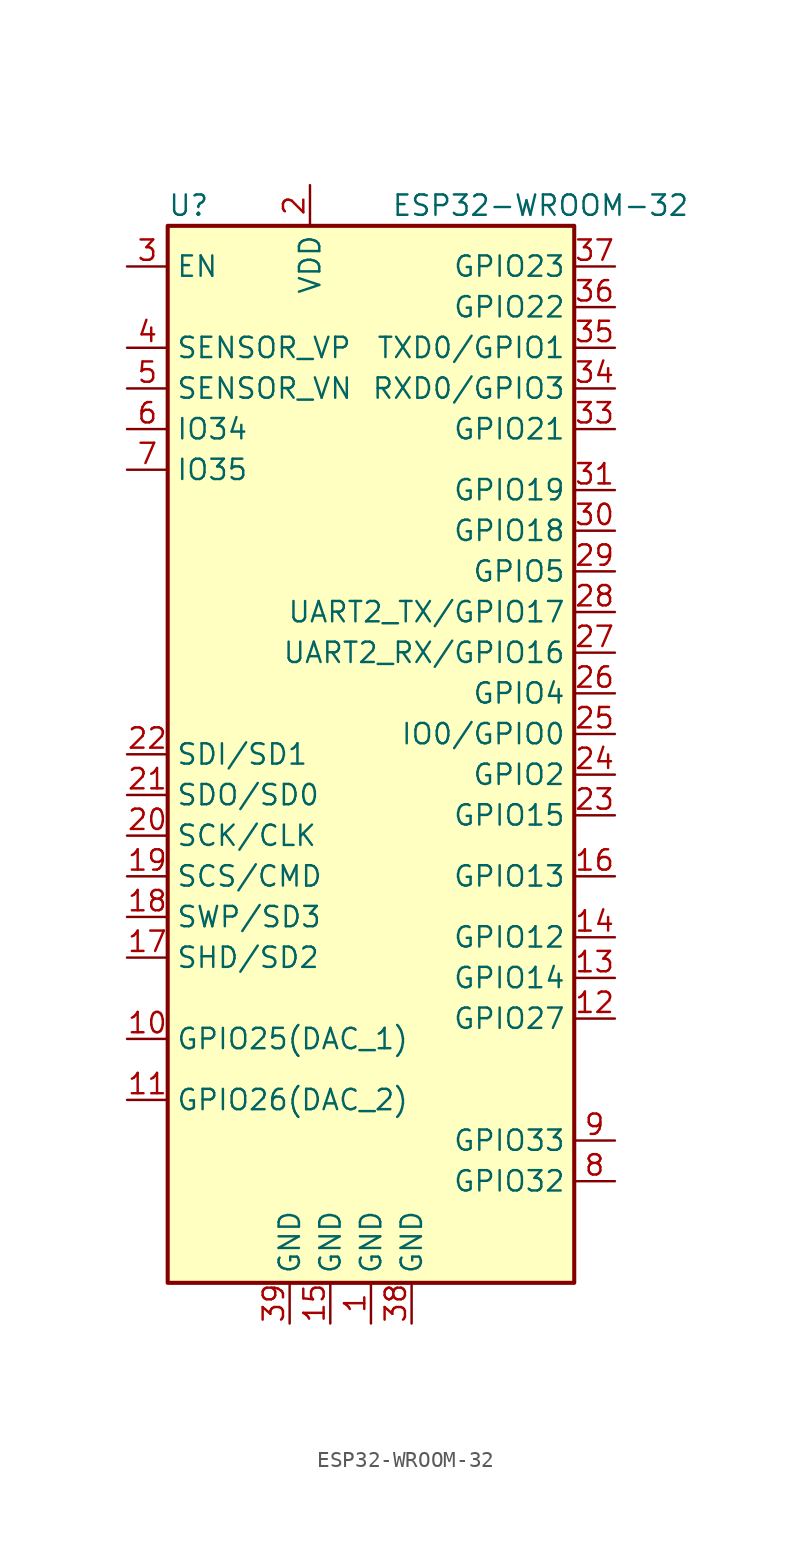
<source format=kicad_sym>
(kicad_symbol_lib
  (version 20220914)
  (generator kicad_symbol_editor)
  (symbol "ESP32-WROOM-32"
    (property "Reference" "U"
      (at -12.7 34.29 0)
      (effects (font (size 1.27 1.27)) (justify left)))
    (property "Value" "ESP32-WROOM-32"
      (at 1.27 34.29 0)
      (effects (font (size 1.27 1.27)) (justify left)))
    (symbol "ESP32-WROOM-32_0_1"
      (rectangle (start -12.7 33.02) (end 12.7 -33.02) (stroke (width 0.254) (type default)) (fill (type background))))
    (symbol "ESP32-WROOM-32_1_1"
      (pin power_in line (at 0 -35.56 90) (length 2.54) (name "GND" (effects (font (size 1.27 1.27)))) (number "1" (effects (font (size 1.27 1.27)))))
      (pin bidirectional line (at -15.24 -17.78 0) (length 2.54) (name "GPIO25(DAC_1)" (effects (font (size 1.27 1.27)))) (number "10" (effects (font (size 1.27 1.27)))))
      (pin bidirectional line (at -15.24 -21.59 0) (length 2.54) (name "GPIO26(DAC_2)" (effects (font (size 1.27 1.27)))) (number "11" (effects (font (size 1.27 1.27)))))
      (pin bidirectional line (at 15.24 -16.51 180) (length 2.54) (name "GPIO27" (effects (font (size 1.27 1.27)))) (number "12" (effects (font (size 1.27 1.27)))))
      (pin bidirectional line (at 15.24 -13.97 180) (length 2.54) (name "GPIO14" (effects (font (size 1.27 1.27)))) (number "13" (effects (font (size 1.27 1.27)))))
      (pin bidirectional line (at 15.24 -11.43 180) (length 2.54) (name "GPIO12" (effects (font (size 1.27 1.27)))) (number "14" (effects (font (size 1.27 1.27)))))
      (pin passive line (at -2.54 -35.56 90) (length 2.54) (name "GND" (effects (font (size 1.27 1.27)))) (number "15" (effects (font (size 1.27 1.27)))))
      (pin bidirectional line (at 15.24 -7.62 180) (length 2.54) (name "GPIO13" (effects (font (size 1.27 1.27)))) (number "16" (effects (font (size 1.27 1.27)))))
      (pin bidirectional line (at -15.24 -12.7 0) (length 2.54) (name "SHD/SD2" (effects (font (size 1.27 1.27)))) (number "17" (effects (font (size 1.27 1.27)))))
      (pin bidirectional line (at -15.24 -10.16 0) (length 2.54) (name "SWP/SD3" (effects (font (size 1.27 1.27)))) (number "18" (effects (font (size 1.27 1.27)))))
      (pin bidirectional line (at -15.24 -7.62 0) (length 2.54) (name "SCS/CMD" (effects (font (size 1.27 1.27)))) (number "19" (effects (font (size 1.27 1.27)))))
      (pin power_in line (at -3.81 35.56 270) (length 2.54) (name "VDD" (effects (font (size 1.27 1.27)))) (number "2" (effects (font (size 1.27 1.27)))))
      (pin bidirectional line (at -15.24 -5.08 0) (length 2.54) (name "SCK/CLK" (effects (font (size 1.27 1.27)))) (number "20" (effects (font (size 1.27 1.27)))))
      (pin bidirectional line (at -15.24 -2.54 0) (length 2.54) (name "SDO/SD0" (effects (font (size 1.27 1.27)))) (number "21" (effects (font (size 1.27 1.27)))))
      (pin bidirectional line (at -15.24 0 0) (length 2.54) (name "SDI/SD1" (effects (font (size 1.27 1.27)))) (number "22" (effects (font (size 1.27 1.27)))))
      (pin bidirectional line (at 15.24 -3.81 180) (length 2.54) (name "GPIO15" (effects (font (size 1.27 1.27)))) (number "23" (effects (font (size 1.27 1.27)))))
      (pin bidirectional line (at 15.24 -1.27 180) (length 2.54) (name "GPIO2" (effects (font (size 1.27 1.27)))) (number "24" (effects (font (size 1.27 1.27)))))
      (pin bidirectional line (at 15.24 1.27 180) (length 2.54) (name "IO0/GPIO0" (effects (font (size 1.27 1.27)))) (number "25" (effects (font (size 1.27 1.27)))))
      (pin bidirectional line (at 15.24 3.81 180) (length 2.54) (name "GPIO4" (effects (font (size 1.27 1.27)))) (number "26" (effects (font (size 1.27 1.27)))))
      (pin bidirectional line (at 15.24 6.35 180) (length 2.54) (name "UART2_RX/GPIO16" (effects (font (size 1.27 1.27)))) (number "27" (effects (font (size 1.27 1.27)))))
      (pin bidirectional line (at 15.24 8.89 180) (length 2.54) (name "UART2_TX/GPIO17" (effects (font (size 1.27 1.27)))) (number "28" (effects (font (size 1.27 1.27)))))
      (pin bidirectional line (at 15.24 11.43 180) (length 2.54) (name "GPIO5" (effects (font (size 1.27 1.27)))) (number "29" (effects (font (size 1.27 1.27)))))
      (pin input line (at -15.24 30.48 0) (length 2.54) (name "EN" (effects (font (size 1.27 1.27)))) (number "3" (effects (font (size 1.27 1.27)))))
      (pin bidirectional line (at 15.24 13.97 180) (length 2.54) (name "GPIO18" (effects (font (size 1.27 1.27)))) (number "30" (effects (font (size 1.27 1.27)))))
      (pin bidirectional line (at 15.24 16.51 180) (length 2.54) (name "GPIO19" (effects (font (size 1.27 1.27)))) (number "31" (effects (font (size 1.27 1.27)))))
      (pin no_connect line (at -12.7 -27.94 0) (length 2.54) hide (name "NC" (effects (font (size 1.27 1.27)))) (number "32" (effects (font (size 1.27 1.27)))))
      (pin bidirectional line (at 15.24 20.32 180) (length 2.54) (name "GPIO21" (effects (font (size 1.27 1.27)))) (number "33" (effects (font (size 1.27 1.27)))))
      (pin bidirectional line (at 15.24 22.86 180) (length 2.54) (name "RXD0/GPIO3" (effects (font (size 1.27 1.27)))) (number "34" (effects (font (size 1.27 1.27)))))
      (pin bidirectional line (at 15.24 25.4 180) (length 2.54) (name "TXD0/GPIO1" (effects (font (size 1.27 1.27)))) (number "35" (effects (font (size 1.27 1.27)))))
      (pin bidirectional line (at 15.24 27.94 180) (length 2.54) (name "GPIO22" (effects (font (size 1.27 1.27)))) (number "36" (effects (font (size 1.27 1.27)))))
      (pin bidirectional line (at 15.24 30.48 180) (length 2.54) (name "GPIO23" (effects (font (size 1.27 1.27)))) (number "37" (effects (font (size 1.27 1.27)))))
      (pin passive line (at 2.54 -35.56 90) (length 2.54) (name "GND" (effects (font (size 1.27 1.27)))) (number "38" (effects (font (size 1.27 1.27)))))
      (pin passive line (at -5.08 -35.56 90) (length 2.54) (name "GND" (effects (font (size 1.27 1.27)))) (number "39" (effects (font (size 1.27 1.27)))))
      (pin input line (at -15.24 25.4 0) (length 2.54) (name "SENSOR_VP" (effects (font (size 1.27 1.27)))) (number "4" (effects (font (size 1.27 1.27)))))
      (pin input line (at -15.24 22.86 0) (length 2.54) (name "SENSOR_VN" (effects (font (size 1.27 1.27)))) (number "5" (effects (font (size 1.27 1.27)))))
      (pin input line (at -15.24 20.32 0) (length 2.54) (name "IO34" (effects (font (size 1.27 1.27)))) (number "6" (effects (font (size 1.27 1.27)))))
      (pin input line (at -15.24 17.78 0) (length 2.54) (name "IO35" (effects (font (size 1.27 1.27)))) (number "7" (effects (font (size 1.27 1.27)))))
      (pin bidirectional line (at 15.24 -26.67 180) (length 2.54) (name "GPIO32" (effects (font (size 1.27 1.27)))) (number "8" (effects (font (size 1.27 1.27)))))
      (pin bidirectional line (at 15.24 -24.13 180) (length 2.54) (name "GPIO33" (effects (font (size 1.27 1.27)))) (number "9" (effects (font (size 1.27 1.27))))))))
</source>
